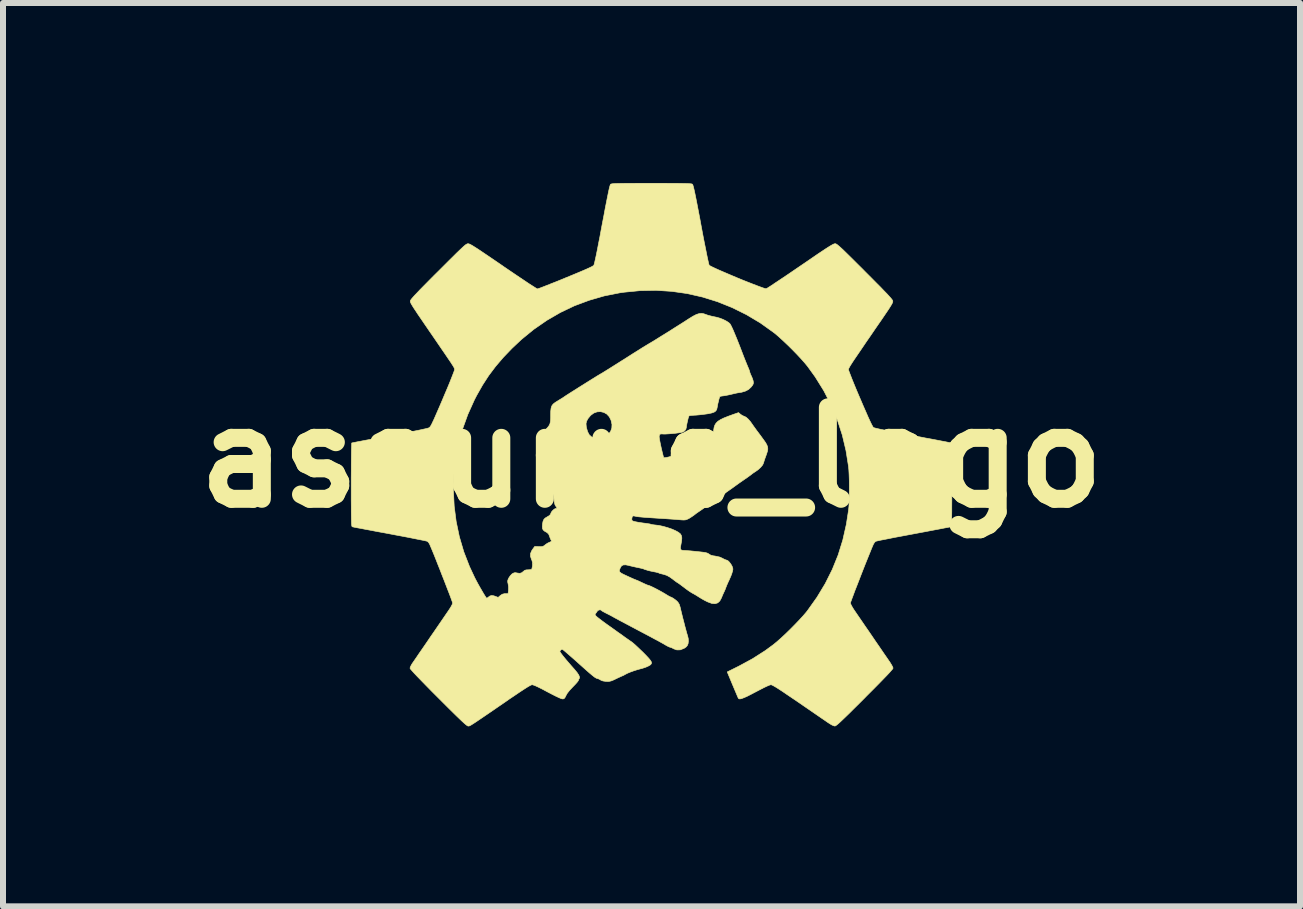
<source format=kicad_pcb>
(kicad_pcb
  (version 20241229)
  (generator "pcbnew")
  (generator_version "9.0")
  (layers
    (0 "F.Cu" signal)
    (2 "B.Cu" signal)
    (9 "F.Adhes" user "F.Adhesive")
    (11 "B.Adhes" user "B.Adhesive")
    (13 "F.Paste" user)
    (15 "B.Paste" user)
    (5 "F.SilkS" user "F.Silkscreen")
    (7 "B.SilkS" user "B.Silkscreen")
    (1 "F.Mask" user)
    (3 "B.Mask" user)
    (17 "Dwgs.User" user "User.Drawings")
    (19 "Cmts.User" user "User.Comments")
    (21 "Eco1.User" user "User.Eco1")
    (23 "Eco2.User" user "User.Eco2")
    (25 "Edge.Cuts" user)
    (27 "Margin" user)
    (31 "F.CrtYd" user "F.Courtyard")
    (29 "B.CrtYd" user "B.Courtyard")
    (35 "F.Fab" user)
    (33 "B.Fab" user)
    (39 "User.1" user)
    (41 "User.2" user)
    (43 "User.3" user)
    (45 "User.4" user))
  (footprint "asaurus_logo"
    (layer "F.Cu")
    (at 7.809 4.574)
    (property "Reference" "asaurus_logo" (at 0 0 0) (layer "F.SilkS") (effects (font (size 1.524 1.524) (thickness 0.3))))
    (attr through_hole)
    (fp_poly (pts (xy 0.137 -4.569) (xy 0.255 -4.569) (xy 0.354 -4.568) (xy 0.436 -4.568) (xy 0.503 -4.567) (xy 0.557 -4.566) (xy 0.599 -4.565) (xy 0.63 -4.563) (xy 0.652 -4.561) (xy 0.668 -4.559) (xy 0.677 -4.556) (xy 0.683 -4.552) (xy 0.684 -4.551) (xy 0.689 -4.54) (xy 0.697 -4.513) (xy 0.708 -4.469) (xy 0.721 -4.41) (xy 0.737 -4.332) (xy 0.756 -4.236) (xy 0.778 -4.121) (xy 0.804 -3.986) (xy 0.823 -3.881) (xy 0.846 -3.758) (xy 0.868 -3.642) (xy 0.889 -3.537) (xy 0.908 -3.443) (xy 0.924 -3.362) (xy 0.938 -3.296) (xy 0.949 -3.246) (xy 0.957 -3.215) (xy 0.961 -3.204) (xy 0.975 -3.194) (xy 1.006 -3.178) (xy 1.052 -3.156) (xy 1.111 -3.129) (xy 1.18 -3.099) (xy 1.257 -3.066) (xy 1.339 -3.031) (xy 1.424 -2.995) (xy 1.509 -2.96) (xy 1.592 -2.927) (xy 1.671 -2.896) (xy 1.743 -2.868) (xy 1.805 -2.845) (xy 1.855 -2.827) (xy 1.891 -2.815) (xy 1.909 -2.812) (xy 1.91 -2.812) (xy 1.923 -2.818) (xy 1.952 -2.836) (xy 1.996 -2.864) (xy 2.052 -2.902) (xy 2.12 -2.947) (xy 2.198 -2.999) (xy 2.283 -3.056) (xy 2.375 -3.119) (xy 2.472 -3.185) (xy 2.478 -3.189) (xy 2.594 -3.268) (xy 2.693 -3.336) (xy 2.776 -3.393) (xy 2.847 -3.44) (xy 2.904 -3.478) (xy 2.951 -3.508) (xy 2.987 -3.53) (xy 3.015 -3.546) (xy 3.035 -3.556) (xy 3.05 -3.561) (xy 3.058 -3.562) (xy 3.066 -3.562) (xy 3.076 -3.558) (xy 3.089 -3.551) (xy 3.105 -3.538) (xy 3.127 -3.52) (xy 3.155 -3.495) (xy 3.191 -3.462) (xy 3.235 -3.419) (xy 3.29 -3.365) (xy 3.355 -3.301) (xy 3.433 -3.223) (xy 3.525 -3.132) (xy 3.554 -3.102) (xy 3.655 -3.001) (xy 3.742 -2.913) (xy 3.816 -2.839) (xy 3.876 -2.776) (xy 3.925 -2.726) (xy 3.962 -2.685) (xy 3.99 -2.654) (xy 4.008 -2.631) (xy 4.018 -2.616) (xy 4.02 -2.61) (xy 4.021 -2.599) (xy 4.018 -2.586) (xy 4.011 -2.568) (xy 3.997 -2.543) (xy 3.977 -2.51) (xy 3.949 -2.466) (xy 3.911 -2.41) (xy 3.863 -2.339) (xy 3.831 -2.292) (xy 3.736 -2.155) (xy 3.653 -2.033) (xy 3.58 -1.928) (xy 3.518 -1.836) (xy 3.465 -1.758) (xy 3.42 -1.692) (xy 3.383 -1.638) (xy 3.353 -1.593) (xy 3.33 -1.557) (xy 3.312 -1.529) (xy 3.3 -1.507) (xy 3.291 -1.491) (xy 3.286 -1.479) (xy 3.283 -1.471) (xy 3.282 -1.465) (xy 3.286 -1.45) (xy 3.298 -1.417) (xy 3.317 -1.368) (xy 3.341 -1.306) (xy 3.371 -1.232) (xy 3.405 -1.149) (xy 3.443 -1.059) (xy 3.479 -0.975) (xy 3.53 -0.856) (xy 3.574 -0.756) (xy 3.61 -0.673) (xy 3.64 -0.608) (xy 3.664 -0.558) (xy 3.682 -0.524) (xy 3.694 -0.504) (xy 3.7 -0.498) (xy 3.715 -0.493) (xy 3.75 -0.484) (xy 3.802 -0.472) (xy 3.871 -0.458) (xy 3.954 -0.441) (xy 4.049 -0.422) (xy 4.155 -0.402) (xy 4.271 -0.38) (xy 4.351 -0.365) (xy 4.464 -0.344) (xy 4.571 -0.323) (xy 4.671 -0.305) (xy 4.76 -0.288) (xy 4.837 -0.273) (xy 4.901 -0.261) (xy 4.949 -0.251) (xy 4.98 -0.245) (xy 4.991 -0.243) (xy 4.994 -0.238) (xy 4.996 -0.225) (xy 4.998 -0.203) (xy 5 -0.17) (xy 5.001 -0.125) (xy 5.003 -0.066) (xy 5.003 0.008) (xy 5.004 0.098) (xy 5.004 0.205) (xy 5.005 0.332) (xy 5.005 0.456) (xy 5.005 0.596) (xy 5.005 0.715) (xy 5.004 0.817) (xy 5.004 0.901) (xy 5.003 0.97) (xy 5.002 1.025) (xy 5.001 1.068) (xy 5 1.1) (xy 4.998 1.123) (xy 4.996 1.139) (xy 4.993 1.149) (xy 4.99 1.154) (xy 4.986 1.156) (xy 4.986 1.156) (xy 4.972 1.159) (xy 4.939 1.166) (xy 4.889 1.175) (xy 4.823 1.188) (xy 4.744 1.203) (xy 4.654 1.22) (xy 4.554 1.239) (xy 4.447 1.259) (xy 4.362 1.275) (xy 4.25 1.296) (xy 4.144 1.316) (xy 4.046 1.334) (xy 3.959 1.352) (xy 3.882 1.367) (xy 3.82 1.379) (xy 3.774 1.389) (xy 3.745 1.396) (xy 3.736 1.398) (xy 3.718 1.415) (xy 3.701 1.442) (xy 3.699 1.445) (xy 3.686 1.474) (xy 3.667 1.519) (xy 3.644 1.576) (xy 3.616 1.645) (xy 3.585 1.722) (xy 3.552 1.804) (xy 3.518 1.891) (xy 3.484 1.978) (xy 3.451 2.064) (xy 3.419 2.146) (xy 3.389 2.222) (xy 3.364 2.29) (xy 3.343 2.346) (xy 3.327 2.39) (xy 3.317 2.417) (xy 3.315 2.426) (xy 3.321 2.446) (xy 3.337 2.478) (xy 3.36 2.517) (xy 3.376 2.542) (xy 3.396 2.571) (xy 3.426 2.615) (xy 3.465 2.672) (xy 3.511 2.739) (xy 3.562 2.814) (xy 3.617 2.893) (xy 3.673 2.975) (xy 3.681 2.987) (xy 3.736 3.068) (xy 3.79 3.146) (xy 3.84 3.219) (xy 3.885 3.285) (xy 3.924 3.341) (xy 3.953 3.384) (xy 3.973 3.412) (xy 3.975 3.416) (xy 3.998 3.453) (xy 4.016 3.486) (xy 4.025 3.509) (xy 4.025 3.512) (xy 4.019 3.524) (xy 3.998 3.549) (xy 3.965 3.587) (xy 3.917 3.638) (xy 3.854 3.703) (xy 3.777 3.782) (xy 3.685 3.875) (xy 3.578 3.982) (xy 3.555 4.006) (xy 3.455 4.106) (xy 3.369 4.191) (xy 3.297 4.263) (xy 3.236 4.322) (xy 3.186 4.37) (xy 3.146 4.408) (xy 3.115 4.436) (xy 3.091 4.456) (xy 3.073 4.469) (xy 3.061 4.476) (xy 3.055 4.477) (xy 3.032 4.471) (xy 2.998 4.455) (xy 2.958 4.43) (xy 2.953 4.427) (xy 2.929 4.411) (xy 2.889 4.383) (xy 2.836 4.347) (xy 2.772 4.303) (xy 2.698 4.252) (xy 2.618 4.197) (xy 2.532 4.138) (xy 2.451 4.082) (xy 2.346 4.011) (xy 2.257 3.951) (xy 2.184 3.901) (xy 2.124 3.862) (xy 2.077 3.832) (xy 2.041 3.811) (xy 2.015 3.797) (xy 1.998 3.79) (xy 1.99 3.788) (xy 1.968 3.794) (xy 1.929 3.81) (xy 1.874 3.836) (xy 1.804 3.872) (xy 1.737 3.907) (xy 1.655 3.95) (xy 1.59 3.983) (xy 1.539 4.005) (xy 1.502 4.019) (xy 1.475 4.025) (xy 1.458 4.023) (xy 1.447 4.014) (xy 1.441 4.001) (xy 1.428 3.971) (xy 1.41 3.928) (xy 1.387 3.874) (xy 1.361 3.812) (xy 1.351 3.789) (xy 1.262 3.575) (xy 1.457 3.478) (xy 1.684 3.355) (xy 1.898 3.218) (xy 2.034 3.118) (xy 2.092 3.07) (xy 2.16 3.01) (xy 2.234 2.941) (xy 2.312 2.865) (xy 2.389 2.787) (xy 2.462 2.711) (xy 2.527 2.64) (xy 2.581 2.577) (xy 2.601 2.551) (xy 2.758 2.33) (xy 2.895 2.103) (xy 3.012 1.869) (xy 3.11 1.627) (xy 3.188 1.376) (xy 3.247 1.115) (xy 3.284 0.877) (xy 3.29 0.819) (xy 3.294 0.744) (xy 3.296 0.657) (xy 3.297 0.563) (xy 3.297 0.467) (xy 3.296 0.373) (xy 3.293 0.286) (xy 3.289 0.211) (xy 3.284 0.156) (xy 3.241 -0.114) (xy 3.179 -0.375) (xy 3.096 -0.629) (xy 2.993 -0.874) (xy 2.871 -1.112) (xy 2.728 -1.342) (xy 2.601 -1.518) (xy 2.554 -1.575) (xy 2.494 -1.643) (xy 2.424 -1.718) (xy 2.349 -1.795) (xy 2.271 -1.872) (xy 2.194 -1.945) (xy 2.123 -2.01) (xy 2.06 -2.064) (xy 2.034 -2.084) (xy 1.813 -2.242) (xy 1.583 -2.379) (xy 1.345 -2.497) (xy 1.101 -2.595) (xy 0.851 -2.673) (xy 0.596 -2.731) (xy 0.337 -2.768) (xy 0.075 -2.785) (xy -0.189 -2.78) (xy -0.454 -2.754) (xy -0.527 -2.744) (xy -0.788 -2.692) (xy -1.04 -2.619) (xy -1.284 -2.528) (xy -1.519 -2.416) (xy -1.745 -2.285) (xy -1.962 -2.135) (xy -2.169 -1.966) (xy -2.325 -1.819) (xy -2.471 -1.667) (xy -2.599 -1.517) (xy -2.714 -1.364) (xy -2.817 -1.205) (xy -2.914 -1.034) (xy -2.953 -0.958) (xy -3.062 -0.716) (xy -3.151 -0.469) (xy -3.219 -0.217) (xy -3.267 0.038) (xy -3.295 0.295) (xy -3.302 0.554) (xy -3.289 0.812) (xy -3.256 1.068) (xy -3.203 1.322) (xy -3.129 1.573) (xy -3.034 1.818) (xy -2.948 2.002) (xy -2.922 2.052) (xy -2.892 2.108) (xy -2.86 2.165) (xy -2.828 2.22) (xy -2.799 2.27) (xy -2.774 2.31) (xy -2.756 2.337) (xy -2.749 2.345) (xy -2.739 2.343) (xy -2.726 2.333) (xy -2.693 2.309) (xy -2.664 2.301) (xy -2.63 2.306) (xy -2.609 2.313) (xy -2.556 2.333) (xy -2.521 2.302) (xy -2.488 2.28) (xy -2.453 2.271) (xy -2.438 2.271) (xy -2.391 2.271) (xy -2.384 2.217) (xy -2.383 2.156) (xy -2.39 2.11) (xy -2.397 2.077) (xy -2.397 2.053) (xy -2.388 2.027) (xy -2.378 2.007) (xy -2.355 1.973) (xy -2.329 1.945) (xy -2.317 1.936) (xy -2.29 1.923) (xy -2.266 1.921) (xy -2.24 1.926) (xy -2.198 1.932) (xy -2.165 1.923) (xy -2.134 1.898) (xy -2.113 1.881) (xy -2.085 1.874) (xy -2.057 1.873) (xy -2.025 1.871) (xy -2.002 1.866) (xy -1.997 1.862) (xy -1.992 1.846) (xy -1.986 1.817) (xy -1.984 1.8) (xy -1.983 1.77) (xy -1.97 1.77) (xy -1.964 1.776) (xy -1.959 1.77) (xy -1.964 1.765) (xy -1.97 1.77) (xy -1.983 1.77) (xy -1.983 1.757) (xy -1.993 1.717) (xy -2.002 1.696) (xy -2.018 1.647) (xy -2.017 1.603) (xy -1.999 1.558) (xy -1.98 1.529) (xy -1.947 1.484) (xy -1.879 1.486) (xy -1.84 1.487) (xy -1.813 1.483) (xy -1.791 1.472) (xy -1.769 1.454) (xy -1.738 1.432) (xy -1.708 1.417) (xy -1.698 1.413) (xy -1.674 1.402) (xy -1.669 1.385) (xy -1.677 1.372) (xy -1.685 1.356) (xy -1.696 1.327) (xy -1.699 1.315) (xy -1.716 1.276) (xy -1.742 1.252) (xy -1.745 1.25) (xy -1.784 1.228) (xy -1.806 1.208) (xy -1.817 1.186) (xy -1.82 1.156) (xy -1.82 1.152) (xy -1.817 1.11) (xy -1.809 1.067) (xy -1.806 1.06) (xy -1.793 1.031) (xy -1.773 1.011) (xy -1.74 0.991) (xy -1.738 0.99) (xy -1.7 0.967) (xy -1.683 0.946) (xy -1.681 0.939) (xy -1.67 0.912) (xy -1.647 0.884) (xy -1.62 0.861) (xy -1.595 0.85) (xy -1.592 0.85) (xy -1.576 0.848) (xy -1.578 0.839) (xy -1.584 0.831) (xy -1.609 0.79) (xy -1.622 0.736) (xy -1.625 0.684) (xy -1.627 0.643) (xy -1.632 0.619) (xy -1.641 0.61) (xy -1.654 0.595) (xy -1.657 0.577) (xy -1.667 0.549) (xy -1.696 0.52) (xy -1.697 0.52) (xy -1.73 0.493) (xy -1.761 0.465) (xy -1.768 0.459) (xy -1.785 0.439) (xy -1.793 0.421) (xy -1.794 0.396) (xy -1.791 0.367) (xy -1.789 0.325) (xy -1.792 0.285) (xy -1.795 0.268) (xy -1.799 0.238) (xy -1.793 0.209) (xy -1.775 0.177) (xy -1.743 0.139) (xy -1.71 0.105) (xy -1.672 0.064) (xy -1.652 0.034) (xy -1.647 0.015) (xy -1.655 -0.01) (xy -1.678 -0.042) (xy -1.712 -0.078) (xy -1.754 -0.111) (xy -1.762 -0.117) (xy -1.776 -0.128) (xy -1.787 -0.14) (xy -1.795 -0.157) (xy -1.801 -0.182) (xy -1.806 -0.219) (xy -1.81 -0.272) (xy -1.814 -0.321) (xy -1.821 -0.411) (xy -1.767 -0.463) (xy -1.732 -0.499) (xy -1.707 -0.532) (xy -1.693 -0.562) (xy -1.092 -0.562) (xy -1.088 -0.516) (xy -1.086 -0.501) (xy -1.066 -0.43) (xy -1.038 -0.377) (xy -0.999 -0.342) (xy -0.948 -0.321) (xy -0.883 -0.313) (xy -0.877 -0.313) (xy -0.823 -0.317) (xy -0.787 -0.329) (xy -0.785 -0.33) (xy -0.724 -0.379) (xy -0.683 -0.432) (xy -0.662 -0.489) (xy -0.659 -0.549) (xy -0.675 -0.62) (xy -0.704 -0.678) (xy -0.745 -0.722) (xy -0.794 -0.75) (xy -0.849 -0.763) (xy -0.906 -0.76) (xy -0.962 -0.74) (xy -1.015 -0.701) (xy -1.06 -0.646) (xy -1.083 -0.602) (xy -1.092 -0.562) (xy -1.693 -0.562) (xy -1.692 -0.566) (xy -1.684 -0.606) (xy -1.681 -0.66) (xy -1.681 -0.706) (xy -1.68 -0.773) (xy -1.674 -0.822) (xy -1.662 -0.859) (xy -1.64 -0.889) (xy -1.607 -0.915) (xy -1.575 -0.935) (xy -1.53 -0.963) (xy -1.481 -0.993) (xy -1.453 -1.012) (xy -1.422 -1.033) (xy -1.378 -1.061) (xy -1.325 -1.095) (xy -1.264 -1.133) (xy -1.2 -1.174) (xy -1.134 -1.215) (xy -1.069 -1.256) (xy -1.008 -1.294) (xy -0.953 -1.328) (xy -0.907 -1.357) (xy -0.873 -1.377) (xy -0.854 -1.389) (xy -0.85 -1.391) (xy -0.838 -1.397) (xy -0.809 -1.415) (xy -0.767 -1.441) (xy -0.712 -1.475) (xy -0.647 -1.516) (xy -0.574 -1.562) (xy -0.495 -1.612) (xy -0.458 -1.635) (xy -0.375 -1.688) (xy -0.295 -1.739) (xy -0.221 -1.785) (xy -0.155 -1.827) (xy -0.099 -1.861) (xy -0.056 -1.887) (xy -0.028 -1.904) (xy -0.022 -1.907) (xy 0.003 -1.922) (xy 0.043 -1.946) (xy 0.096 -1.979) (xy 0.158 -2.018) (xy 0.228 -2.061) (xy 0.302 -2.107) (xy 0.377 -2.155) (xy 0.45 -2.201) (xy 0.52 -2.245) (xy 0.582 -2.285) (xy 0.622 -2.311) (xy 0.69 -2.353) (xy 0.746 -2.382) (xy 0.793 -2.397) (xy 0.834 -2.401) (xy 0.873 -2.394) (xy 0.897 -2.385) (xy 0.943 -2.369) (xy 1.009 -2.352) (xy 1.086 -2.336) (xy 1.135 -2.322) (xy 1.188 -2.302) (xy 1.239 -2.277) (xy 1.281 -2.251) (xy 1.304 -2.232) (xy 1.317 -2.213) (xy 1.335 -2.178) (xy 1.359 -2.126) (xy 1.388 -2.057) (xy 1.424 -1.97) (xy 1.466 -1.864) (xy 1.514 -1.739) (xy 1.535 -1.684) (xy 1.556 -1.631) (xy 1.579 -1.574) (xy 1.599 -1.525) (xy 1.604 -1.513) (xy 1.62 -1.476) (xy 1.631 -1.447) (xy 1.636 -1.43) (xy 1.636 -1.429) (xy 1.64 -1.413) (xy 1.65 -1.387) (xy 1.651 -1.385) (xy 1.677 -1.327) (xy 1.692 -1.284) (xy 1.698 -1.252) (xy 1.695 -1.225) (xy 1.682 -1.201) (xy 1.66 -1.173) (xy 1.657 -1.17) (xy 1.616 -1.132) (xy 1.566 -1.106) (xy 1.503 -1.087) (xy 1.464 -1.081) (xy 1.428 -1.075) (xy 1.382 -1.065) (xy 1.336 -1.054) (xy 1.288 -1.043) (xy 1.239 -1.033) (xy 1.202 -1.027) (xy 1.169 -1.023) (xy 1.146 -1.018) (xy 1.14 -1.016) (xy 1.134 -1.004) (xy 1.125 -0.976) (xy 1.116 -0.938) (xy 1.105 -0.894) (xy 1.097 -0.85) (xy 1.093 -0.828) (xy 1.085 -0.796) (xy 1.069 -0.773) (xy 1.043 -0.755) (xy 1.003 -0.741) (xy 0.946 -0.729) (xy 0.92 -0.725) (xy 0.86 -0.717) (xy 0.798 -0.71) (xy 0.742 -0.705) (xy 0.717 -0.704) (xy 0.676 -0.701) (xy 0.644 -0.698) (xy 0.626 -0.693) (xy 0.625 -0.692) (xy 0.618 -0.677) (xy 0.609 -0.647) (xy 0.6 -0.608) (xy 0.591 -0.568) (xy 0.584 -0.531) (xy 0.581 -0.506) (xy 0.581 -0.504) (xy 0.571 -0.466) (xy 0.544 -0.436) (xy 0.514 -0.421) (xy 0.486 -0.415) (xy 0.444 -0.409) (xy 0.392 -0.402) (xy 0.336 -0.397) (xy 0.282 -0.393) (xy 0.234 -0.39) (xy 0.199 -0.39) (xy 0.184 -0.391) (xy 0.151 -0.392) (xy 0.133 -0.377) (xy 0.127 -0.349) (xy 0.129 -0.327) (xy 0.135 -0.29) (xy 0.144 -0.243) (xy 0.155 -0.19) (xy 0.167 -0.136) (xy 0.179 -0.086) (xy 0.19 -0.042) (xy 0.198 -0.011) (xy 0.204 0.004) (xy 0.205 0.004) (xy 0.218 0.005) (xy 0.248 0.001) (xy 0.288 -0.008) (xy 0.312 -0.015) (xy 0.373 -0.031) (xy 0.421 -0.04) (xy 0.461 -0.042) (xy 0.5 -0.037) (xy 0.519 -0.033) (xy 0.552 -0.029) (xy 0.567 -0.036) (xy 0.568 -0.036) (xy 0.576 -0.056) (xy 0.587 -0.092) (xy 0.599 -0.139) (xy 0.61 -0.19) (xy 0.615 -0.215) (xy 0.623 -0.251) (xy 0.633 -0.278) (xy 0.639 -0.288) (xy 0.654 -0.297) (xy 0.685 -0.311) (xy 0.727 -0.328) (xy 0.776 -0.345) (xy 0.834 -0.365) (xy 0.877 -0.377) (xy 0.912 -0.384) (xy 0.945 -0.386) (xy 0.963 -0.385) (xy 1.028 -0.382) (xy 1.036 -0.457) (xy 1.043 -0.502) (xy 1.056 -0.54) (xy 1.076 -0.572) (xy 1.106 -0.602) (xy 1.148 -0.629) (xy 1.205 -0.657) (xy 1.278 -0.686) (xy 1.363 -0.717) (xy 1.45 -0.747) (xy 1.483 -0.719) (xy 1.514 -0.698) (xy 1.545 -0.685) (xy 1.549 -0.684) (xy 1.577 -0.669) (xy 1.61 -0.64) (xy 1.647 -0.598) (xy 1.683 -0.547) (xy 1.685 -0.544) (xy 1.698 -0.525) (xy 1.722 -0.492) (xy 1.753 -0.449) (xy 1.79 -0.4) (xy 1.822 -0.357) (xy 1.867 -0.295) (xy 1.901 -0.247) (xy 1.923 -0.207) (xy 1.935 -0.173) (xy 1.938 -0.14) (xy 1.932 -0.104) (xy 1.919 -0.062) (xy 1.906 -0.025) (xy 1.89 0.018) (xy 1.877 0.057) (xy 1.869 0.085) (xy 1.868 0.089) (xy 1.852 0.125) (xy 1.819 0.165) (xy 1.774 0.206) (xy 1.733 0.235) (xy 1.702 0.255) (xy 1.678 0.272) (xy 1.668 0.28) (xy 1.657 0.289) (xy 1.63 0.309) (xy 1.591 0.337) (xy 1.541 0.371) (xy 1.503 0.398) (xy 1.485 0.41) (xy 1.454 0.432) (xy 1.415 0.46) (xy 1.383 0.483) (xy 1.335 0.518) (xy 1.286 0.552) (xy 1.242 0.583) (xy 1.222 0.596) (xy 1.189 0.618) (xy 1.164 0.636) (xy 1.152 0.646) (xy 1.152 0.646) (xy 1.14 0.656) (xy 1.117 0.672) (xy 1.103 0.681) (xy 1.071 0.703) (xy 1.031 0.731) (xy 1.001 0.753) (xy 0.952 0.788) (xy 0.892 0.831) (xy 0.829 0.875) (xy 0.775 0.912) (xy 0.75 0.929) (xy 0.719 0.953) (xy 0.705 0.964) (xy 0.667 0.99) (xy 0.626 1.016) (xy 0.614 1.022) (xy 0.588 1.034) (xy 0.564 1.041) (xy 0.536 1.043) (xy 0.496 1.041) (xy 0.474 1.039) (xy 0.417 1.034) (xy 0.362 1.03) (xy 0.302 1.026) (xy 0.232 1.021) (xy 0.167 1.017) (xy 0.056 1.01) (xy -0.035 1.004) (xy -0.108 0.999) (xy -0.165 0.994) (xy -0.209 0.99) (xy -0.24 0.986) (xy -0.262 0.982) (xy -0.269 0.98) (xy -0.295 0.975) (xy -0.312 0.976) (xy -0.314 0.977) (xy -0.324 0.997) (xy -0.329 1.025) (xy -0.327 1.048) (xy -0.325 1.051) (xy -0.309 1.061) (xy -0.272 1.071) (xy -0.216 1.082) (xy -0.141 1.093) (xy -0.099 1.098) (xy -0.06 1.104) (xy -0.028 1.109) (xy -0.011 1.114) (xy -0.011 1.114) (xy 0.006 1.119) (xy 0.035 1.123) (xy 0.051 1.125) (xy 0.12 1.133) (xy 0.194 1.149) (xy 0.268 1.17) (xy 0.338 1.194) (xy 0.4 1.221) (xy 0.449 1.248) (xy 0.482 1.275) (xy 0.485 1.279) (xy 0.499 1.306) (xy 0.505 1.342) (xy 0.501 1.392) (xy 0.49 1.453) (xy 0.482 1.498) (xy 0.484 1.527) (xy 0.496 1.543) (xy 0.52 1.549) (xy 0.537 1.55) (xy 0.561 1.551) (xy 0.601 1.554) (xy 0.654 1.558) (xy 0.714 1.564) (xy 0.752 1.568) (xy 0.819 1.575) (xy 0.869 1.581) (xy 0.904 1.587) (xy 0.928 1.594) (xy 0.945 1.602) (xy 0.958 1.611) (xy 0.988 1.629) (xy 1.031 1.64) (xy 1.056 1.643) (xy 1.135 1.66) (xy 1.18 1.68) (xy 1.212 1.697) (xy 1.239 1.708) (xy 1.25 1.711) (xy 1.272 1.72) (xy 1.297 1.744) (xy 1.322 1.777) (xy 1.343 1.814) (xy 1.354 1.848) (xy 1.356 1.862) (xy 1.351 1.891) (xy 1.339 1.933) (xy 1.321 1.981) (xy 1.299 2.03) (xy 1.295 2.04) (xy 1.276 2.08) (xy 1.255 2.128) (xy 1.242 2.161) (xy 1.227 2.201) (xy 1.211 2.237) (xy 1.201 2.258) (xy 1.188 2.286) (xy 1.173 2.322) (xy 1.166 2.34) (xy 1.138 2.392) (xy 1.103 2.424) (xy 1.058 2.438) (xy 1.004 2.433) (xy 0.939 2.409) (xy 0.93 2.405) (xy 0.882 2.381) (xy 0.831 2.352) (xy 0.789 2.326) (xy 0.748 2.3) (xy 0.707 2.276) (xy 0.679 2.261) (xy 0.651 2.244) (xy 0.612 2.218) (xy 0.568 2.186) (xy 0.537 2.162) (xy 0.498 2.133) (xy 0.466 2.109) (xy 0.443 2.093) (xy 0.435 2.088) (xy 0.424 2.082) (xy 0.401 2.065) (xy 0.37 2.042) (xy 0.362 2.035) (xy 0.305 1.994) (xy 0.255 1.966) (xy 0.203 1.949) (xy 0.178 1.943) (xy 0.148 1.936) (xy 0.127 1.929) (xy 0.124 1.927) (xy 0.107 1.92) (xy 0.078 1.913) (xy 0.07 1.911) (xy 0.027 1.903) (xy -0.02 1.893) (xy -0.063 1.882) (xy -0.099 1.871) (xy -0.121 1.864) (xy -0.124 1.862) (xy -0.139 1.856) (xy -0.169 1.848) (xy -0.21 1.839) (xy -0.226 1.836) (xy -0.277 1.825) (xy -0.329 1.813) (xy -0.371 1.803) (xy -0.376 1.801) (xy -0.431 1.79) (xy -0.472 1.792) (xy -0.501 1.808) (xy -0.52 1.839) (xy -0.521 1.841) (xy -0.53 1.864) (xy -0.536 1.882) (xy -0.535 1.897) (xy -0.527 1.911) (xy -0.509 1.926) (xy -0.479 1.943) (xy -0.435 1.964) (xy -0.374 1.992) (xy -0.33 2.012) (xy -0.294 2.028) (xy -0.266 2.039) (xy -0.252 2.045) (xy -0.251 2.045) (xy -0.24 2.049) (xy -0.213 2.061) (xy -0.177 2.078) (xy -0.156 2.088) (xy -0.115 2.107) (xy -0.082 2.122) (xy -0.06 2.13) (xy -0.055 2.131) (xy -0.039 2.136) (xy -0.008 2.149) (xy 0.034 2.169) (xy 0.081 2.193) (xy 0.13 2.219) (xy 0.177 2.245) (xy 0.218 2.269) (xy 0.236 2.28) (xy 0.27 2.301) (xy 0.299 2.317) (xy 0.315 2.325) (xy 0.316 2.325) (xy 0.334 2.332) (xy 0.362 2.348) (xy 0.393 2.37) (xy 0.421 2.393) (xy 0.44 2.413) (xy 0.461 2.446) (xy 0.475 2.489) (xy 0.479 2.504) (xy 0.49 2.551) (xy 0.504 2.609) (xy 0.52 2.674) (xy 0.538 2.742) (xy 0.555 2.81) (xy 0.572 2.872) (xy 0.586 2.925) (xy 0.598 2.964) (xy 0.603 2.981) (xy 0.612 3.02) (xy 0.614 3.064) (xy 0.61 3.1) (xy 0.609 3.105) (xy 0.596 3.136) (xy 0.578 3.157) (xy 0.551 3.177) (xy 0.537 3.184) (xy 0.479 3.207) (xy 0.422 3.208) (xy 0.37 3.19) (xy 0.366 3.187) (xy 0.338 3.173) (xy 0.316 3.165) (xy 0.312 3.164) (xy 0.295 3.159) (xy 0.266 3.145) (xy 0.237 3.129) (xy 0.202 3.108) (xy 0.155 3.082) (xy 0.103 3.053) (xy 0.07 3.036) (xy -0.028 2.983) (xy -0.134 2.927) (xy -0.24 2.871) (xy -0.342 2.817) (xy -0.434 2.768) (xy -0.479 2.744) (xy -0.531 2.717) (xy -0.58 2.69) (xy -0.621 2.668) (xy -0.649 2.652) (xy -0.651 2.651) (xy -0.684 2.633) (xy -0.727 2.611) (xy -0.761 2.594) (xy -0.795 2.576) (xy -0.822 2.561) (xy -0.834 2.551) (xy -0.851 2.54) (xy -0.876 2.542) (xy -0.898 2.555) (xy -0.905 2.564) (xy -0.922 2.589) (xy -0.933 2.603) (xy -0.941 2.616) (xy -0.936 2.63) (xy -0.923 2.645) (xy -0.903 2.663) (xy -0.866 2.692) (xy -0.812 2.733) (xy -0.742 2.784) (xy -0.657 2.844) (xy -0.615 2.874) (xy -0.59 2.892) (xy -0.553 2.919) (xy -0.509 2.949) (xy -0.479 2.971) (xy -0.434 3.004) (xy -0.389 3.035) (xy -0.352 3.061) (xy -0.334 3.073) (xy -0.311 3.091) (xy -0.276 3.121) (xy -0.233 3.161) (xy -0.186 3.206) (xy -0.143 3.247) (xy -0.088 3.303) (xy -0.047 3.347) (xy -0.02 3.38) (xy -0.004 3.406) (xy 0.000276 3.425) (xy -0.005 3.441) (xy -0.018 3.456) (xy -0.019 3.457) (xy -0.049 3.475) (xy -0.093 3.495) (xy -0.146 3.513) (xy -0.172 3.52) (xy -0.231 3.536) (xy -0.292 3.555) (xy -0.35 3.576) (xy -0.399 3.596) (xy -0.432 3.613) (xy -0.433 3.613) (xy -0.459 3.628) (xy -0.476 3.637) (xy -0.479 3.638) (xy -0.49 3.642) (xy -0.516 3.654) (xy -0.554 3.671) (xy -0.587 3.687) (xy -0.635 3.71) (xy -0.67 3.724) (xy -0.697 3.731) (xy -0.723 3.734) (xy -0.755 3.733) (xy -0.759 3.733) (xy -0.809 3.726) (xy -0.842 3.714) (xy -0.848 3.71) (xy -0.873 3.695) (xy -0.901 3.685) (xy -0.914 3.682) (xy -0.928 3.675) (xy -0.945 3.665) (xy -0.967 3.648) (xy -0.997 3.624) (xy -1.036 3.591) (xy -1.085 3.548) (xy -1.148 3.492) (xy -1.196 3.449) (xy -1.275 3.378) (xy -1.34 3.321) (xy -1.392 3.276) (xy -1.431 3.242) (xy -1.459 3.218) (xy -1.477 3.204) (xy -1.486 3.198) (xy -1.486 3.198) (xy -1.503 3.202) (xy -1.52 3.216) (xy -1.528 3.234) (xy -1.528 3.234) (xy -1.521 3.247) (xy -1.502 3.274) (xy -1.472 3.313) (xy -1.433 3.361) (xy -1.387 3.415) (xy -1.336 3.474) (xy -1.283 3.534) (xy -1.241 3.585) (xy -1.213 3.627) (xy -1.2 3.66) (xy -1.202 3.682) (xy -1.207 3.687) (xy -1.215 3.702) (xy -1.216 3.711) (xy -1.224 3.726) (xy -1.243 3.751) (xy -1.273 3.784) (xy -1.309 3.821) (xy -1.366 3.882) (xy -1.406 3.933) (xy -1.426 3.969) (xy -1.442 4.001) (xy -1.456 4.018) (xy -1.472 4.025) (xy -1.484 4.025) (xy -1.505 4.02) (xy -1.543 4.004) (xy -1.596 3.979) (xy -1.663 3.945) (xy -1.736 3.907) (xy -1.818 3.863) (xy -1.886 3.829) (xy -1.938 3.805) (xy -1.974 3.792) (xy -1.989 3.788) (xy -2.001 3.791) (xy -2.021 3.8) (xy -2.05 3.816) (xy -2.089 3.84) (xy -2.14 3.873) (xy -2.204 3.915) (xy -2.282 3.968) (xy -2.376 4.031) (xy -2.434 4.072) (xy -2.551 4.152) (xy -2.651 4.221) (xy -2.736 4.279) (xy -2.808 4.328) (xy -2.867 4.368) (xy -2.914 4.4) (xy -2.952 4.425) (xy -2.982 4.444) (xy -3.004 4.458) (xy -3.02 4.467) (xy -3.032 4.473) (xy -3.04 4.476) (xy -3.047 4.477) (xy -3.052 4.477) (xy -3.055 4.477) (xy -3.064 4.475) (xy -3.077 4.467) (xy -3.096 4.452) (xy -3.122 4.43) (xy -3.156 4.399) (xy -3.198 4.359) (xy -3.251 4.308) (xy -3.315 4.245) (xy -3.391 4.17) (xy -3.48 4.081) (xy -3.555 4.006) (xy -3.665 3.896) (xy -3.759 3.8) (xy -3.839 3.718) (xy -3.904 3.651) (xy -3.955 3.597) (xy -3.992 3.556) (xy -4.015 3.529) (xy -4.025 3.514) (xy -4.025 3.512) (xy -4.019 3.491) (xy -4.004 3.461) (xy -3.99 3.437) (xy -3.976 3.417) (xy -3.952 3.382) (xy -3.918 3.333) (xy -3.877 3.272) (xy -3.829 3.203) (xy -3.776 3.126) (xy -3.72 3.044) (xy -3.685 2.992) (xy -3.626 2.907) (xy -3.57 2.825) (xy -3.517 2.748) (xy -3.47 2.679) (xy -3.429 2.619) (xy -3.396 2.571) (xy -3.373 2.537) (xy -3.365 2.525) (xy -3.342 2.488) (xy -3.324 2.454) (xy -3.315 2.43) (xy -3.315 2.426) (xy -3.319 2.412) (xy -3.33 2.381) (xy -3.347 2.334) (xy -3.369 2.275) (xy -3.396 2.206) (xy -3.426 2.128) (xy -3.458 2.045) (xy -3.492 1.959) (xy -3.526 1.871) (xy -3.56 1.786) (xy -3.592 1.704) (xy -3.622 1.629) (xy -3.649 1.563) (xy -3.672 1.508) (xy -3.69 1.466) (xy -3.699 1.445) (xy -3.716 1.417) (xy -3.735 1.399) (xy -3.737 1.398) (xy -3.751 1.394) (xy -3.785 1.386) (xy -3.835 1.376) (xy -3.901 1.363) (xy -3.981 1.347) (xy -4.071 1.329) (xy -4.171 1.31) (xy -4.279 1.29) (xy -4.362 1.274) (xy -4.474 1.253) (xy -4.58 1.234) (xy -4.677 1.215) (xy -4.765 1.199) (xy -4.841 1.184) (xy -4.903 1.173) (xy -4.949 1.164) (xy -4.977 1.158) (xy -4.986 1.156) (xy -4.99 1.154) (xy -4.993 1.149) (xy -4.996 1.139) (xy -4.998 1.124) (xy -5 1.101) (xy -5.001 1.069) (xy -5.002 1.026) (xy -5.003 0.971) (xy -5.004 0.903) (xy -5.004 0.819) (xy -5.005 0.718) (xy -5.005 0.599) (xy -5.005 0.46) (xy -5.005 0.457) (xy -5.005 0.337) (xy -5.004 0.224) (xy -5.004 0.118) (xy -5.003 0.023) (xy -5.002 -0.061) (xy -5.001 -0.13) (xy -4.999 -0.185) (xy -4.998 -0.222) (xy -4.997 -0.239) (xy -4.996 -0.241) (xy -4.984 -0.244) (xy -4.953 -0.25) (xy -4.904 -0.26) (xy -4.84 -0.272) (xy -4.763 -0.287) (xy -4.673 -0.303) (xy -4.574 -0.322) (xy -4.467 -0.342) (xy -4.369 -0.36) (xy -4.247 -0.382) (xy -4.134 -0.404) (xy -4.03 -0.424) (xy -3.938 -0.442) (xy -3.859 -0.458) (xy -3.796 -0.472) (xy -3.749 -0.482) (xy -3.721 -0.49) (xy -3.714 -0.492) (xy -3.705 -0.498) (xy -3.696 -0.505) (xy -3.687 -0.516) (xy -3.676 -0.533) (xy -3.663 -0.557) (xy -3.647 -0.591) (xy -3.626 -0.635) (xy -3.601 -0.692) (xy -3.57 -0.763) (xy -3.532 -0.85) (xy -3.487 -0.955) (xy -3.48 -0.972) (xy -3.44 -1.067) (xy -3.402 -1.156) (xy -3.368 -1.238) (xy -3.339 -1.311) (xy -3.315 -1.372) (xy -3.297 -1.419) (xy -3.286 -1.45) (xy -3.283 -1.463) (xy -3.283 -1.469) (xy -3.283 -1.475) (xy -3.285 -1.482) (xy -3.289 -1.492) (xy -3.296 -1.505) (xy -3.306 -1.523) (xy -3.322 -1.547) (xy -3.342 -1.579) (xy -3.37 -1.62) (xy -3.404 -1.67) (xy -3.446 -1.732) (xy -3.497 -1.806) (xy -3.557 -1.894) (xy -3.628 -1.998) (xy -3.71 -2.117) (xy -3.723 -2.136) (xy -3.792 -2.237) (xy -3.85 -2.322) (xy -3.898 -2.392) (xy -3.936 -2.45) (xy -3.966 -2.495) (xy -3.988 -2.531) (xy -4.004 -2.558) (xy -4.014 -2.578) (xy -4.019 -2.593) (xy -4.021 -2.603) (xy -4.02 -2.61) (xy -4.015 -2.621) (xy -4.003 -2.638) (xy -3.981 -2.664) (xy -3.951 -2.698) (xy -3.91 -2.741) (xy -3.858 -2.796) (xy -3.793 -2.862) (xy -3.716 -2.94) (xy -3.625 -3.032) (xy -3.554 -3.102) (xy -3.458 -3.198) (xy -3.377 -3.279) (xy -3.308 -3.347) (xy -3.251 -3.404) (xy -3.204 -3.449) (xy -3.166 -3.485) (xy -3.136 -3.513) (xy -3.113 -3.533) (xy -3.095 -3.547) (xy -3.081 -3.555) (xy -3.07 -3.56) (xy -3.061 -3.562) (xy -3.056 -3.562) (xy -3.046 -3.56) (xy -3.031 -3.555) (xy -3.011 -3.545) (xy -2.983 -3.529) (xy -2.948 -3.507) (xy -2.902 -3.478) (xy -2.845 -3.44) (xy -2.777 -3.394) (xy -2.694 -3.338) (xy -2.597 -3.272) (xy -2.483 -3.194) (xy -2.471 -3.185) (xy -2.374 -3.119) (xy -2.281 -3.056) (xy -2.195 -2.998) (xy -2.117 -2.946) (xy -2.049 -2.9) (xy -1.991 -2.863) (xy -1.947 -2.835) (xy -1.917 -2.816) (xy -1.903 -2.809) (xy -1.902 -2.809) (xy -1.888 -2.813) (xy -1.856 -2.824) (xy -1.809 -2.842) (xy -1.748 -2.866) (xy -1.675 -2.895) (xy -1.593 -2.927) (xy -1.504 -2.963) (xy -1.43 -2.994) (xy -1.315 -3.041) (xy -1.219 -3.081) (xy -1.141 -3.114) (xy -1.079 -3.141) (xy -1.031 -3.163) (xy -0.996 -3.18) (xy -0.974 -3.193) (xy -0.962 -3.202) (xy -0.961 -3.204) (xy -0.956 -3.22) (xy -0.947 -3.255) (xy -0.935 -3.308) (xy -0.92 -3.378) (xy -0.903 -3.462) (xy -0.884 -3.561) (xy -0.862 -3.671) (xy -0.84 -3.791) (xy -0.823 -3.882) (xy -0.794 -4.032) (xy -0.77 -4.162) (xy -0.748 -4.273) (xy -0.73 -4.363) (xy -0.715 -4.436) (xy -0.703 -4.49) (xy -0.693 -4.527) (xy -0.686 -4.547) (xy -0.684 -4.552) (xy -0.679 -4.555) (xy -0.669 -4.558) (xy -0.655 -4.561) (xy -0.633 -4.563) (xy -0.603 -4.565) (xy -0.563 -4.566) (xy -0.51 -4.567) (xy -0.445 -4.568) (xy -0.364 -4.568) (xy -0.267 -4.569) (xy -0.152 -4.569) (xy -0.016 -4.569) (xy 0 -4.569) (xy 0.137 -4.569)) (stroke (width 0.01) (type solid)) (fill yes) (layer "F.SilkS")))
  (gr_rect
    (start -3 -3)
    (end 18.617 12.056)
    (stroke (width 0.1) (type default))
    (fill no)
    (layer "Edge.Cuts")))
</source>
